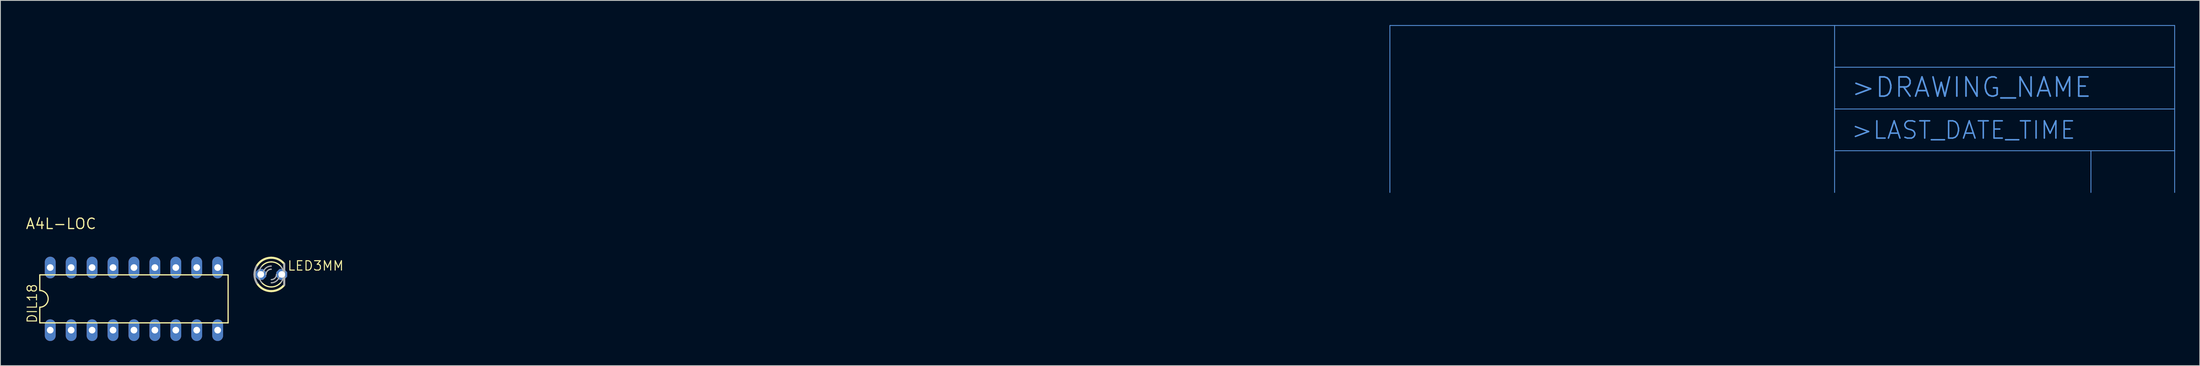
<source format=kicad_pcb>
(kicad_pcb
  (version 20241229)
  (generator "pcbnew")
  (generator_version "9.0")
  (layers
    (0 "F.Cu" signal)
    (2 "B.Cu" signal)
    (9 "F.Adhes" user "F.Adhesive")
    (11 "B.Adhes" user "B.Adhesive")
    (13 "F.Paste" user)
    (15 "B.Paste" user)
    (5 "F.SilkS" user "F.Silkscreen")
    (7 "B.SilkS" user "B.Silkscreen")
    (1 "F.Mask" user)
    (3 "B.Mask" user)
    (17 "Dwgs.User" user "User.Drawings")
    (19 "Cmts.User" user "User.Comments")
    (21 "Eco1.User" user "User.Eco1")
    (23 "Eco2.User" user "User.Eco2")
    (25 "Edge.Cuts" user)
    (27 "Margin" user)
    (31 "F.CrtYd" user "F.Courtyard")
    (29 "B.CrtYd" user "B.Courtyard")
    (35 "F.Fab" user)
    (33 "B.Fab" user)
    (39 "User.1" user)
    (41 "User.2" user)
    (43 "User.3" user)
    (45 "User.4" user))
  (footprint "LED3MM"
    (layer "F.Cu")
    (at 29.873 30.346)
    (property "Reference" "LED3MM" (at 1.905 -0.381 0) (layer "F.SilkS") (effects (font (size 1.143 1.143) (thickness 0.127)) (justify left bottom)))
    (fp_arc (start -1.7929 -0.9562) (mid -1.045438 -1.7424) (end 0 -2.032) (stroke (width 0.254) (type solid)) (layer "F.SilkS"))
    (fp_arc (start -1.2192 -0.9144) (mid -0.681554 -1.363107) (end 0 -1.524) (stroke (width 0.1524) (type solid)) (layer "F.SilkS"))
    (fp_arc (start 0 -2.032) (mid 0.861864 -1.840173) (end 1.561 -1.3009) (stroke (width 0.254) (type solid)) (layer "F.SilkS"))
    (fp_arc (start 0 -1.524) (mid 0.697339 -1.355082) (end 1.2401 -0.885801) (stroke (width 0.1524) (type solid)) (layer "F.SilkS"))
    (fp_arc (start 0 1.524) (mid -0.669593 1.369018) (end -1.203 0.9356) (stroke (width 0.1524) (type solid)) (layer "F.SilkS"))
    (fp_arc (start 0 2.032) (mid -1.019924 1.757525) (end -1.7643 1.0082) (stroke (width 0.254) (type solid)) (layer "F.SilkS"))
    (fp_arc (start 1.203 0.9356) (mid 0.669593 1.369018) (end 0 1.524) (stroke (width 0.1524) (type solid)) (layer "F.SilkS"))
    (fp_arc (start 1.5512 1.3126) (mid 0.854953 1.843405) (end 0 2.032) (stroke (width 0.254) (type solid)) (layer "F.SilkS"))
    (fp_line (start 1.575 1.27) (end 1.575 -1.27) (stroke (width 0.254) (type solid)) (layer "F.Fab"))
    (fp_arc (start -2.032 0) (mid -1.970339 -0.496775) (end -1.7891 -0.9634) (stroke (width 0.254) (type solid)) (layer "F.Fab"))
    (fp_arc (start -1.7306 1.065) (mid -1.95521 0.553417) (end -2.032 0) (stroke (width 0.254) (type solid)) (layer "F.Fab"))
    (fp_arc (start -1.524 0) (mid -1.432981 -0.518783) (end -1.1708 -0.9756) (stroke (width 0.1524) (type solid)) (layer "F.Fab"))
    (fp_arc (start -1.1391 1.0125) (mid -1.42454 0.5416) (end -1.524 0) (stroke (width 0.1524) (type solid)) (layer "F.Fab"))
    (fp_arc (start -1.016 0) (mid -0.71842 -0.71842) (end 0 -1.016) (stroke (width 0.1524) (type solid)) (layer "F.Fab"))
    (fp_arc (start -0.635 0) (mid -0.449013 -0.449013) (end 0 -0.635) (stroke (width 0.1524) (type solid)) (layer "F.Fab"))
    (fp_arc (start 0.635 0) (mid 0.449013 0.449013) (end 0 0.635) (stroke (width 0.1524) (type solid)) (layer "F.Fab"))
    (fp_arc (start 1.016 0) (mid 0.71842 0.71842) (end 0 1.016) (stroke (width 0.1524) (type solid)) (layer "F.Fab"))
    (fp_arc (start 1.1571 -0.9918) (mid 1.429332 -0.528744) (end 1.524 0) (stroke (width 0.1524) (type solid)) (layer "F.Fab"))
    (fp_arc (start 1.524 0) (mid 1.432981 0.518783) (end 1.1708 0.9756) (stroke (width 0.1524) (type solid)) (layer "F.Fab"))
    (pad "A" thru_hole roundrect (at -1.27 0) (size 1.321 1.321) (drill 0.813) (layers "*.Cu" "*.Mask") (roundrect_rratio 0.25) (chamfer_ratio 0.293) (chamfer top_left top_right bottom_left bottom_right))
    (pad "K" thru_hole roundrect (at 1.27 0) (size 1.321 1.321) (drill 0.813) (layers "*.Cu" "*.Mask") (roundrect_rratio 0.25) (chamfer_ratio 0.293) (chamfer top_left top_right bottom_left bottom_right)))
  (footprint "DIL18"
    (layer "F.Cu")
    (at 13.208 33.318)
    (property "Reference" "DIL18" (at -11.684 3.048 90) (layer "F.SilkS") (effects (font (size 1.143 1.143) (thickness 0.127)) (justify left bottom)))
    (fp_line (start -11.43 -2.921) (end -11.43 -1.016) (stroke (width 0.152) (type solid)) (layer "F.SilkS"))
    (fp_line (start -11.43 2.921) (end -11.43 1.016) (stroke (width 0.152) (type solid)) (layer "F.SilkS"))
    (fp_line (start -11.43 2.921) (end 11.43 2.921) (stroke (width 0.152) (type solid)) (layer "F.SilkS"))
    (fp_line (start 11.43 -2.921) (end -11.43 -2.921) (stroke (width 0.152) (type solid)) (layer "F.SilkS"))
    (fp_line (start 11.43 -2.921) (end 11.43 2.921) (stroke (width 0.152) (type solid)) (layer "F.SilkS"))
    (fp_arc (start -11.43 -1.016) (mid -10.414 0) (end -11.43 1.016) (stroke (width 0.1524) (type solid)) (layer "F.SilkS"))
    (pad "1" thru_hole oval (at -10.16 3.81 90) (size 2.642 1.321) (drill 0.813) (layers "*.Cu" "*.Mask"))
    (pad "2" thru_hole oval (at -7.62 3.81 90) (size 2.642 1.321) (drill 0.813) (layers "*.Cu" "*.Mask"))
    (pad "3" thru_hole oval (at -5.08 3.81 90) (size 2.642 1.321) (drill 0.813) (layers "*.Cu" "*.Mask"))
    (pad "4" thru_hole oval (at -2.54 3.81 90) (size 2.642 1.321) (drill 0.813) (layers "*.Cu" "*.Mask"))
    (pad "5" thru_hole oval (at 0 3.81 90) (size 2.642 1.321) (drill 0.813) (layers "*.Cu" "*.Mask"))
    (pad "6" thru_hole oval (at 2.54 3.81 90) (size 2.642 1.321) (drill 0.813) (layers "*.Cu" "*.Mask"))
    (pad "7" thru_hole oval (at 5.08 3.81 90) (size 2.642 1.321) (drill 0.813) (layers "*.Cu" "*.Mask"))
    (pad "8" thru_hole oval (at 7.62 3.81 90) (size 2.642 1.321) (drill 0.813) (layers "*.Cu" "*.Mask"))
    (pad "9" thru_hole oval (at 10.16 3.81 90) (size 2.642 1.321) (drill 0.813) (layers "*.Cu" "*.Mask"))
    (pad "10" thru_hole oval (at 10.16 -3.81 90) (size 2.642 1.321) (drill 0.813) (layers "*.Cu" "*.Mask"))
    (pad "11" thru_hole oval (at 7.62 -3.81 90) (size 2.642 1.321) (drill 0.813) (layers "*.Cu" "*.Mask"))
    (pad "12" thru_hole oval (at 5.08 -3.81 90) (size 2.642 1.321) (drill 0.813) (layers "*.Cu" "*.Mask"))
    (pad "13" thru_hole oval (at 2.54 -3.81 90) (size 2.642 1.321) (drill 0.813) (layers "*.Cu" "*.Mask"))
    (pad "14" thru_hole oval (at 0 -3.81 90) (size 2.642 1.321) (drill 0.813) (layers "*.Cu" "*.Mask"))
    (pad "15" thru_hole oval (at -2.54 -3.81 90) (size 2.642 1.321) (drill 0.813) (layers "*.Cu" "*.Mask"))
    (pad "16" thru_hole oval (at -5.08 -3.81 90) (size 2.642 1.321) (drill 0.813) (layers "*.Cu" "*.Mask"))
    (pad "17" thru_hole oval (at -7.62 -3.81 90) (size 2.642 1.321) (drill 0.813) (layers "*.Cu" "*.Mask"))
    (pad "18" thru_hole oval (at -10.16 -3.81 90) (size 2.642 1.321) (drill 0.813) (layers "*.Cu" "*.Mask")))
  (footprint "A4L-LOC"
    (layer "F.Cu")
    (at 4.362 24.181)
    (property "Reference" "A4L-LOC" (at 0 0 0) (layer "F.SilkS") (effects (font (size 1.27 1.27) (thickness 0.15))))
    (fp_line (start 161.29 -24.13) (end 215.265 -24.13) (stroke (width 0.102) (type solid)) (layer "Cmts.User"))
    (fp_line (start 161.29 -3.81) (end 161.29 -24.13) (stroke (width 0.102) (type solid)) (layer "Cmts.User"))
    (fp_line (start 215.265 -24.13) (end 256.54 -24.13) (stroke (width 0.102) (type solid)) (layer "Cmts.User"))
    (fp_line (start 215.265 -19.05) (end 215.265 -24.13) (stroke (width 0.102) (type solid)) (layer "Cmts.User"))
    (fp_line (start 215.265 -19.05) (end 256.54 -19.05) (stroke (width 0.102) (type solid)) (layer "Cmts.User"))
    (fp_line (start 215.265 -13.97) (end 215.265 -19.05) (stroke (width 0.102) (type solid)) (layer "Cmts.User"))
    (fp_line (start 215.265 -13.97) (end 256.54 -13.97) (stroke (width 0.102) (type solid)) (layer "Cmts.User"))
    (fp_line (start 215.265 -8.89) (end 215.265 -13.97) (stroke (width 0.102) (type solid)) (layer "Cmts.User"))
    (fp_line (start 215.265 -8.89) (end 215.265 -3.81) (stroke (width 0.102) (type solid)) (layer "Cmts.User"))
    (fp_line (start 246.38 -8.89) (end 215.265 -8.89) (stroke (width 0.102) (type solid)) (layer "Cmts.User"))
    (fp_line (start 246.38 -8.89) (end 256.54 -8.89) (stroke (width 0.102) (type solid)) (layer "Cmts.User"))
    (fp_line (start 246.38 -3.81) (end 246.38 -8.89) (stroke (width 0.102) (type solid)) (layer "Cmts.User"))
    (fp_line (start 256.54 -19.05) (end 256.54 -24.13) (stroke (width 0.102) (type solid)) (layer "Cmts.User"))
    (fp_line (start 256.54 -13.97) (end 256.54 -19.05) (stroke (width 0.102) (type solid)) (layer "Cmts.User"))
    (fp_line (start 256.54 -8.89) (end 256.54 -13.97) (stroke (width 0.102) (type solid)) (layer "Cmts.User"))
    (fp_line (start 256.54 -3.81) (end 256.54 -8.89) (stroke (width 0.102) (type solid)) (layer "Cmts.User"))
    (fp_text user ">LAST_DATE_TIME" (at 217.17 -10.16 0) (layer "Cmts.User") (effects (font (size 2.103 2.103) (thickness 0.183)) (justify left bottom)))
    (fp_text user ">DRAWING_NAME" (at 217.17 -15.24 0) (layer "Cmts.User") (effects (font (size 2.337 2.337) (thickness 0.203)) (justify left bottom))))
  (gr_rect
    (start -3 -3)
    (end 263.952 41.449)
    (stroke (width 0.1) (type default))
    (fill no)
    (layer "Edge.Cuts")))
</source>
